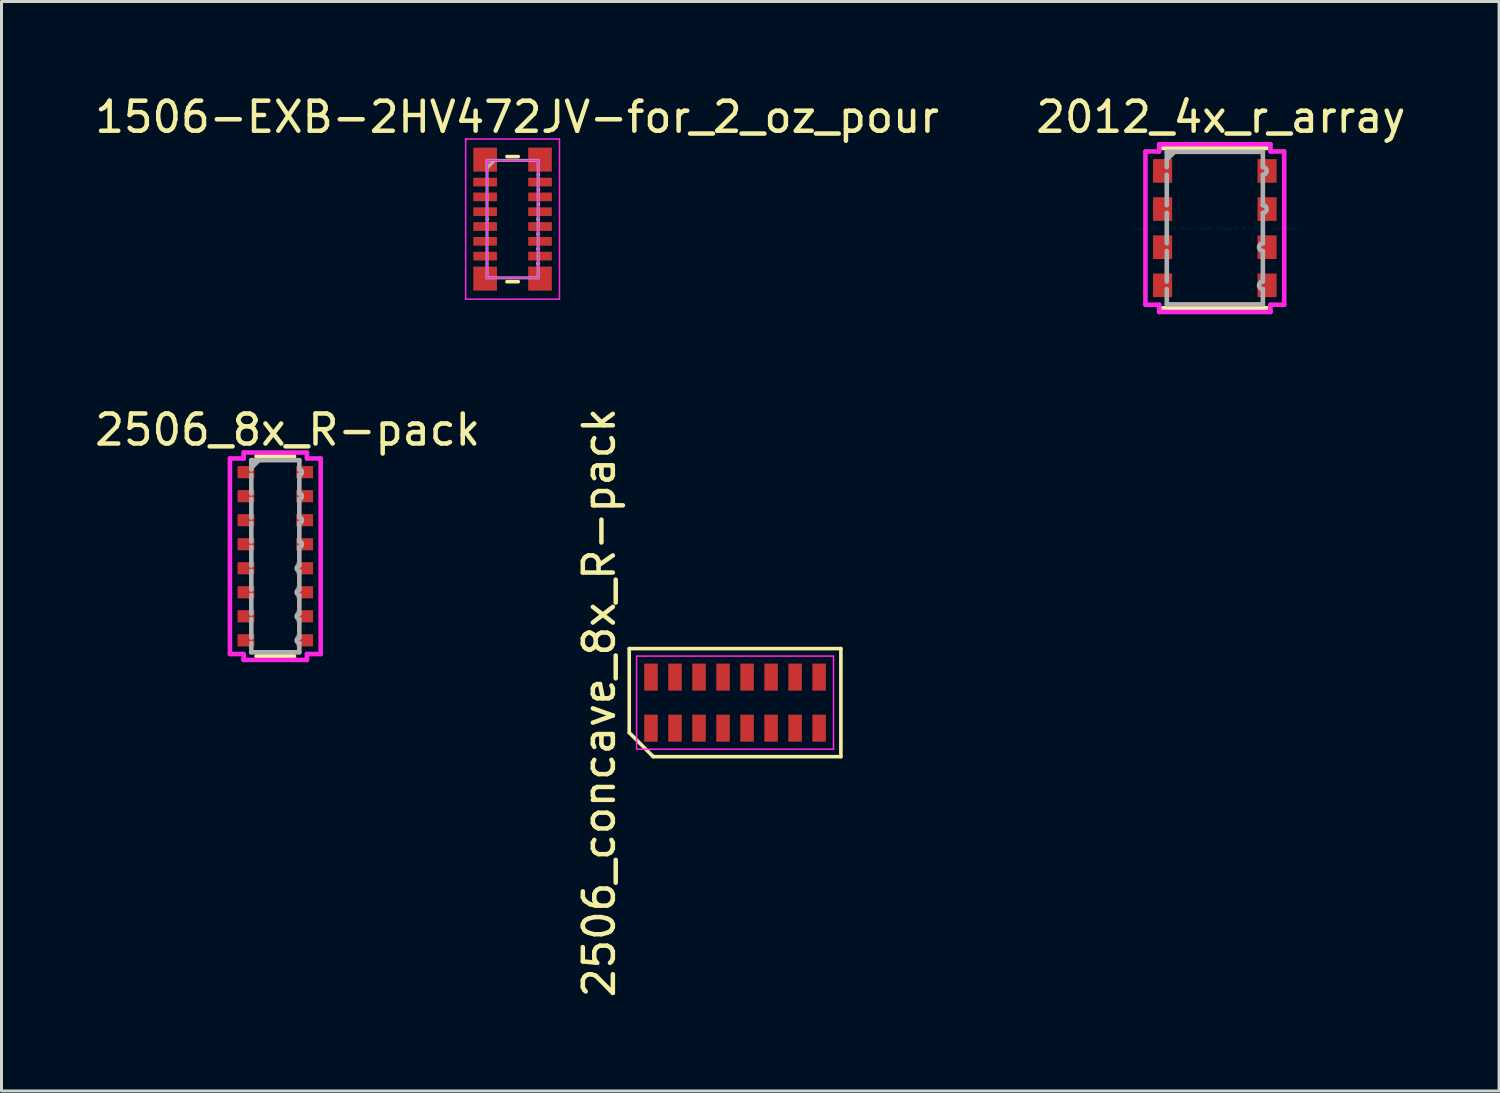
<source format=kicad_pcb>
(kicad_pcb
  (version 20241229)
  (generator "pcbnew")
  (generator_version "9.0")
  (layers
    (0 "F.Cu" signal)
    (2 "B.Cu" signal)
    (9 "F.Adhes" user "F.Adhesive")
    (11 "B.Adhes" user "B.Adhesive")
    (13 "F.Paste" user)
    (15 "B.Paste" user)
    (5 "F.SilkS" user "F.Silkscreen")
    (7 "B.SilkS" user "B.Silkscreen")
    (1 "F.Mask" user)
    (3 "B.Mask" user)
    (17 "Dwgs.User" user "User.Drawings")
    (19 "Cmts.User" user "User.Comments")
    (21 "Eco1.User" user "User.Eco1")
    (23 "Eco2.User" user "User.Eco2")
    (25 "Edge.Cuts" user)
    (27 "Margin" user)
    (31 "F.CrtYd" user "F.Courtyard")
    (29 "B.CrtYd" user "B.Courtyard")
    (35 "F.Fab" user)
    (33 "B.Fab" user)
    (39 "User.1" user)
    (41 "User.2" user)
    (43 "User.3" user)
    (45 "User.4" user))
  (footprint "2506_8x_R-pack"
    (layer "F.Cu")
    (at 6.12 15.477)
    (property "Reference" "2506_8x_R-pack" (at 0.41 -4.21 0) (layer "F.SilkS") (effects (font (size 1 1) (thickness 0.15))))
    (attr through_hole)
    (fp_line (start -0.624 -3.327) (end 0.624 -3.327) (stroke (width 0.152) (type solid)) (layer "F.SilkS"))
    (fp_line (start -0.624 3.327) (end 0.624 3.327) (stroke (width 0.152) (type solid)) (layer "F.SilkS"))
    (fp_line (start -1.511 -3.257) (end -1.054 -3.257) (stroke (width 0.152) (type solid)) (layer "F.CrtYd"))
    (fp_line (start -1.511 3.257) (end -1.511 -3.257) (stroke (width 0.152) (type solid)) (layer "F.CrtYd"))
    (fp_line (start -1.054 -3.454) (end 1.054 -3.454) (stroke (width 0.152) (type solid)) (layer "F.CrtYd"))
    (fp_line (start -1.054 -3.257) (end -1.054 -3.454) (stroke (width 0.152) (type solid)) (layer "F.CrtYd"))
    (fp_line (start -1.054 3.257) (end -1.511 3.257) (stroke (width 0.152) (type solid)) (layer "F.CrtYd"))
    (fp_line (start -1.054 3.454) (end -1.054 3.257) (stroke (width 0.152) (type solid)) (layer "F.CrtYd"))
    (fp_line (start 1.054 -3.454) (end 1.054 -3.257) (stroke (width 0.152) (type solid)) (layer "F.CrtYd"))
    (fp_line (start 1.054 -3.257) (end 1.511 -3.257) (stroke (width 0.152) (type solid)) (layer "F.CrtYd"))
    (fp_line (start 1.054 3.257) (end 1.054 3.454) (stroke (width 0.152) (type solid)) (layer "F.CrtYd"))
    (fp_line (start 1.054 3.454) (end -1.054 3.454) (stroke (width 0.152) (type solid)) (layer "F.CrtYd"))
    (fp_line (start 1.511 -3.257) (end 1.511 3.257) (stroke (width 0.152) (type solid)) (layer "F.CrtYd"))
    (fp_line (start 1.511 3.257) (end 1.054 3.257) (stroke (width 0.152) (type solid)) (layer "F.CrtYd"))
    (fp_line (start -0.8 -3.2) (end 0.8 -3.2) (stroke (width 0.152) (type solid)) (layer "F.Fab"))
    (fp_line (start -0.8 -2.889) (end -0.8 -3.2) (stroke (width 0.152) (type solid)) (layer "F.Fab"))
    (fp_line (start -0.8 -2.711) (end -0.8 -2.089) (stroke (width 0.152) (type solid)) (layer "F.Fab"))
    (fp_line (start -0.8 -1.911) (end -0.8 -1.289) (stroke (width 0.152) (type solid)) (layer "F.Fab"))
    (fp_line (start -0.8 -1.111) (end -0.8 -0.489) (stroke (width 0.152) (type solid)) (layer "F.Fab"))
    (fp_line (start -0.8 -0.311) (end -0.8 0.311) (stroke (width 0.152) (type solid)) (layer "F.Fab"))
    (fp_line (start -0.8 0.489) (end -0.8 1.111) (stroke (width 0.152) (type solid)) (layer "F.Fab"))
    (fp_line (start -0.8 1.289) (end -0.8 1.911) (stroke (width 0.152) (type solid)) (layer "F.Fab"))
    (fp_line (start -0.8 2.089) (end -0.8 2.711) (stroke (width 0.152) (type solid)) (layer "F.Fab"))
    (fp_line (start -0.8 2.889) (end -0.8 3.2) (stroke (width 0.152) (type solid)) (layer "F.Fab"))
    (fp_line (start -0.8 3.2) (end 0.8 3.2) (stroke (width 0.152) (type solid)) (layer "F.Fab"))
    (fp_line (start -0.546 -3.2) (end -0.8 -2.946) (stroke (width 0.152) (type solid)) (layer "F.Fab"))
    (fp_line (start 0.8 -2.889) (end 0.8 -3.2) (stroke (width 0.152) (type solid)) (layer "F.Fab"))
    (fp_line (start 0.8 -2.711) (end 0.8 -2.089) (stroke (width 0.152) (type solid)) (layer "F.Fab"))
    (fp_line (start 0.8 -1.911) (end 0.8 -1.289) (stroke (width 0.152) (type solid)) (layer "F.Fab"))
    (fp_line (start 0.8 -1.111) (end 0.8 -0.489) (stroke (width 0.152) (type solid)) (layer "F.Fab"))
    (fp_line (start 0.8 -0.311) (end 0.8 0.311) (stroke (width 0.152) (type solid)) (layer "F.Fab"))
    (fp_line (start 0.8 0.489) (end 0.8 1.111) (stroke (width 0.152) (type solid)) (layer "F.Fab"))
    (fp_line (start 0.8 1.289) (end 0.8 1.911) (stroke (width 0.152) (type solid)) (layer "F.Fab"))
    (fp_line (start 0.8 2.089) (end 0.8 2.711) (stroke (width 0.152) (type solid)) (layer "F.Fab"))
    (fp_line (start 0.8 2.889) (end 0.8 3.2) (stroke (width 0.152) (type solid)) (layer "F.Fab"))
    (fp_arc (start 0.8001 -2.888899) (mid 0.889 -2.799999) (end 0.8001 -2.711099) (stroke (width 0.1524) (type solid)) (layer "F.Fab"))
    (fp_arc (start 0.8001 -2.088899) (mid 0.889 -1.999999) (end 0.8001 -1.911099) (stroke (width 0.1524) (type solid)) (layer "F.Fab"))
    (fp_arc (start 0.8001 -1.2889) (mid 0.889 -1.2) (end 0.8001 -1.1111) (stroke (width 0.1524) (type solid)) (layer "F.Fab"))
    (fp_arc (start 0.8001 -0.488899) (mid 0.889 -0.399999) (end 0.8001 -0.311099) (stroke (width 0.1524) (type solid)) (layer "F.Fab"))
    (fp_arc (start 0.8001 0.488899) (mid 0.7112 0.399999) (end 0.8001 0.311099) (stroke (width 0.1524) (type solid)) (layer "F.Fab"))
    (fp_arc (start 0.8001 1.2889) (mid 0.7112 1.2) (end 0.8001 1.1111) (stroke (width 0.1524) (type solid)) (layer "F.Fab"))
    (fp_arc (start 0.8001 2.088901) (mid 0.7112 2.000001) (end 0.8001 1.911101) (stroke (width 0.1524) (type solid)) (layer "F.Fab"))
    (fp_arc (start 0.8001 2.888899) (mid 0.7112 2.799999) (end 0.8001 2.711099) (stroke (width 0.1524) (type solid)) (layer "F.Fab"))
    (pad "1" smd rect (at -0.978 -2.8) (size 0.559 0.406) (layers "F.Cu" "F.Mask" "F.Paste"))
    (pad "2" smd rect (at -0.978 -2) (size 0.559 0.406) (layers "F.Cu" "F.Mask" "F.Paste"))
    (pad "3" smd rect (at -0.978 -1.2) (size 0.559 0.406) (layers "F.Cu" "F.Mask" "F.Paste"))
    (pad "4" smd rect (at -0.978 -0.4) (size 0.559 0.406) (layers "F.Cu" "F.Mask" "F.Paste"))
    (pad "5" smd rect (at -0.978 0.4) (size 0.559 0.406) (layers "F.Cu" "F.Mask" "F.Paste"))
    (pad "6" smd rect (at -0.978 1.2) (size 0.559 0.406) (layers "F.Cu" "F.Mask" "F.Paste"))
    (pad "7" smd rect (at -0.978 2) (size 0.559 0.406) (layers "F.Cu" "F.Mask" "F.Paste"))
    (pad "8" smd rect (at -0.978 2.8) (size 0.559 0.406) (layers "F.Cu" "F.Mask" "F.Paste"))
    (pad "9" smd rect (at 0.978 2.8) (size 0.559 0.406) (layers "F.Cu" "F.Mask" "F.Paste"))
    (pad "10" smd rect (at 0.978 2) (size 0.559 0.406) (layers "F.Cu" "F.Mask" "F.Paste"))
    (pad "11" smd rect (at 0.978 1.2) (size 0.559 0.406) (layers "F.Cu" "F.Mask" "F.Paste"))
    (pad "12" smd rect (at 0.978 0.4) (size 0.559 0.406) (layers "F.Cu" "F.Mask" "F.Paste"))
    (pad "13" smd rect (at 0.978 -0.4) (size 0.559 0.406) (layers "F.Cu" "F.Mask" "F.Paste"))
    (pad "14" smd rect (at 0.978 -1.2) (size 0.559 0.406) (layers "F.Cu" "F.Mask" "F.Paste"))
    (pad "15" smd rect (at 0.978 -2) (size 0.559 0.406) (layers "F.Cu" "F.Mask" "F.Paste"))
    (pad "16" smd rect (at 0.978 -2.8) (size 0.559 0.406) (layers "F.Cu" "F.Mask" "F.Paste")))
  (footprint "1506-EXB-2HV472JV-for_2_oz_pour"
    (layer "F.Cu")
    (at 14.023 4.248)
    (property "Reference" "1506-EXB-2HV472JV-for_2_oz_pour" (at 0.15 -3.4 0) (layer "F.SilkS") (effects (font (size 1 1) (thickness 0.15))))
    (attr through_hole)
    (fp_line (start -0.188 -2.083) (end 0.188 -2.083) (stroke (width 0.12) (type solid)) (layer "F.SilkS"))
    (fp_line (start -0.188 2.083) (end 0.188 2.083) (stroke (width 0.12) (type solid)) (layer "F.SilkS"))
    (fp_line (start -1.562 -2.667) (end 1.562 -2.667) (stroke (width 0.05) (type solid)) (layer "F.CrtYd"))
    (fp_line (start -1.562 2.667) (end -1.562 -2.667) (stroke (width 0.05) (type solid)) (layer "F.CrtYd"))
    (fp_line (start -0.851 -1.956) (end 0.851 -1.956) (stroke (width 0.05) (type solid)) (layer "F.CrtYd"))
    (fp_line (start -0.851 1.956) (end -0.851 -1.956) (stroke (width 0.05) (type solid)) (layer "F.CrtYd"))
    (fp_line (start 0.851 -1.956) (end 0.851 1.956) (stroke (width 0.05) (type solid)) (layer "F.CrtYd"))
    (fp_line (start 0.851 1.956) (end -0.851 1.956) (stroke (width 0.05) (type solid)) (layer "F.CrtYd"))
    (fp_line (start 1.562 -2.667) (end 1.562 2.667) (stroke (width 0.05) (type solid)) (layer "F.CrtYd"))
    (fp_line (start 1.562 2.667) (end -1.562 2.667) (stroke (width 0.05) (type solid)) (layer "F.CrtYd"))
    (fp_line (start -0.851 -1.956) (end 0.851 -1.956) (stroke (width 0.1) (type solid)) (layer "F.Fab"))
    (fp_line (start -0.851 -1.499) (end -0.851 -1.956) (stroke (width 0.1) (type solid)) (layer "F.Fab"))
    (fp_line (start -0.851 -1.462) (end -0.851 -1.005) (stroke (width 0.1) (type solid)) (layer "F.Fab"))
    (fp_line (start -0.851 -0.969) (end -0.851 -0.512) (stroke (width 0.1) (type solid)) (layer "F.Fab"))
    (fp_line (start -0.851 -0.475) (end -0.851 -0.018) (stroke (width 0.1) (type solid)) (layer "F.Fab"))
    (fp_line (start -0.851 0.018) (end -0.851 0.475) (stroke (width 0.1) (type solid)) (layer "F.Fab"))
    (fp_line (start -0.851 0.512) (end -0.851 0.969) (stroke (width 0.1) (type solid)) (layer "F.Fab"))
    (fp_line (start -0.851 1.005) (end -0.851 1.463) (stroke (width 0.1) (type solid)) (layer "F.Fab"))
    (fp_line (start -0.851 1.499) (end -0.851 1.956) (stroke (width 0.1) (type solid)) (layer "F.Fab"))
    (fp_line (start -0.851 1.499) (end -0.851 1.499) (stroke (width 0.1) (type solid)) (layer "F.Fab"))
    (fp_line (start -0.851 1.956) (end 0.851 1.956) (stroke (width 0.1) (type solid)) (layer "F.Fab"))
    (fp_line (start -0.597 -1.956) (end -0.851 -1.702) (stroke (width 0.1) (type solid)) (layer "F.Fab"))
    (fp_line (start 0.851 -1.499) (end 0.851 -1.956) (stroke (width 0.1) (type solid)) (layer "F.Fab"))
    (fp_line (start 0.851 -1.462) (end 0.851 -1.005) (stroke (width 0.1) (type solid)) (layer "F.Fab"))
    (fp_line (start 0.851 -0.969) (end 0.851 -0.512) (stroke (width 0.1) (type solid)) (layer "F.Fab"))
    (fp_line (start 0.851 -0.475) (end 0.851 -0.018) (stroke (width 0.1) (type solid)) (layer "F.Fab"))
    (fp_line (start 0.851 0.018) (end 0.851 0.475) (stroke (width 0.1) (type solid)) (layer "F.Fab"))
    (fp_line (start 0.851 0.512) (end 0.851 0.969) (stroke (width 0.1) (type solid)) (layer "F.Fab"))
    (fp_line (start 0.851 1.005) (end 0.851 1.463) (stroke (width 0.1) (type solid)) (layer "F.Fab"))
    (fp_line (start 0.851 1.499) (end 0.851 1.956) (stroke (width 0.1) (type solid)) (layer "F.Fab"))
    (fp_line (start 0.851 1.499) (end 0.851 1.499) (stroke (width 0.1) (type solid)) (layer "F.Fab"))
    (fp_arc (start -0.8509 -0.018288) (mid -0.832485 0.000127) (end -0.8509 0.018542) (stroke (width 0.1) (type solid)) (layer "F.Fab"))
    (fp_arc (start 0.8509 -1.4986) (mid 0.869061 -1.480439) (end 0.8509 -1.462278) (stroke (width 0.1) (type solid)) (layer "F.Fab"))
    (fp_arc (start 0.8509 -1.005078) (mid 0.869061 -0.986917) (end 0.8509 -0.968756) (stroke (width 0.1) (type solid)) (layer "F.Fab"))
    (fp_arc (start 0.8509 -0.511556) (mid 0.869061 -0.493395) (end 0.8509 -0.475234) (stroke (width 0.1) (type solid)) (layer "F.Fab"))
    (fp_arc (start 0.8509 0.018288) (mid 0.832739 0.000127) (end 0.8509 -0.018034) (stroke (width 0.1) (type solid)) (layer "F.Fab"))
    (fp_arc (start 0.8509 0.51181) (mid 0.832739 0.493649) (end 0.8509 0.475488) (stroke (width 0.1) (type solid)) (layer "F.Fab"))
    (fp_arc (start 0.8509 1.005332) (mid 0.832739 0.987171) (end 0.8509 0.96901) (stroke (width 0.1) (type solid)) (layer "F.Fab"))
    (fp_arc (start 0.8509 1.498854) (mid 0.832739 1.480693) (end 0.8509 1.462532) (stroke (width 0.1) (type solid)) (layer "F.Fab"))
    (pad "1" smd rect (at -0.914 -1.981) (size 0.787 0.8) (layers "F.Cu" "F.Mask" "F.Paste"))
    (pad "2" smd rect (at -0.914 -1.234) (size 0.787 0.29) (layers "F.Cu" "F.Mask" "F.Paste"))
    (pad "3" smd rect (at -0.914 -0.74) (size 0.787 0.29) (layers "F.Cu" "F.Mask" "F.Paste"))
    (pad "4" smd rect (at -0.914 -0.247) (size 0.787 0.29) (layers "F.Cu" "F.Mask" "F.Paste"))
    (pad "5" smd rect (at -0.914 0.247) (size 0.787 0.29) (layers "F.Cu" "F.Mask" "F.Paste"))
    (pad "6" smd rect (at -0.914 0.74) (size 0.787 0.29) (layers "F.Cu" "F.Mask" "F.Paste"))
    (pad "7" smd rect (at -0.914 1.234) (size 0.787 0.29) (layers "F.Cu" "F.Mask" "F.Paste"))
    (pad "8" smd rect (at -0.914 1.981) (size 0.787 0.8) (layers "F.Cu" "F.Mask" "F.Paste"))
    (pad "9" smd rect (at 0.914 1.981) (size 0.787 0.8) (layers "F.Cu" "F.Mask" "F.Paste"))
    (pad "10" smd rect (at 0.914 1.234) (size 0.787 0.29) (layers "F.Cu" "F.Mask" "F.Paste"))
    (pad "11" smd rect (at 0.914 0.74) (size 0.787 0.29) (layers "F.Cu" "F.Mask" "F.Paste"))
    (pad "12" smd rect (at 0.914 0.247) (size 0.787 0.29) (layers "F.Cu" "F.Mask" "F.Paste"))
    (pad "13" smd rect (at 0.914 -0.247) (size 0.787 0.29) (layers "F.Cu" "F.Mask" "F.Paste"))
    (pad "14" smd rect (at 0.914 -0.74) (size 0.787 0.29) (layers "F.Cu" "F.Mask" "F.Paste"))
    (pad "15" smd rect (at 0.914 -1.234) (size 0.787 0.29) (layers "F.Cu" "F.Mask" "F.Paste"))
    (pad "16" smd rect (at 0.914 -1.981) (size 0.787 0.8) (layers "F.Cu" "F.Mask" "F.Paste")))
  (footprint "2506_concave_8x_R-pack"
    (layer "F.Cu")
    (at 21.433 20.353)
    (property "Reference" "2506_concave_8x_R-pack" (at -4.525 0 90) (layer "F.SilkS") (effects (font (size 1 1) (thickness 0.15))))
    (attr smd)
    (fp_line (start -3.525 -1.8) (end 3.525 -1.8) (stroke (width 0.12) (type solid)) (layer "F.SilkS"))
    (fp_line (start -3.525 1) (end -3.525 -1.8) (stroke (width 0.12) (type solid)) (layer "F.SilkS"))
    (fp_line (start -2.725 1.8) (end -3.525 1) (stroke (width 0.12) (type solid)) (layer "F.SilkS"))
    (fp_line (start 3.525 -1.8) (end 3.525 1.8) (stroke (width 0.12) (type solid)) (layer "F.SilkS"))
    (fp_line (start 3.525 1.8) (end -2.725 1.8) (stroke (width 0.12) (type solid)) (layer "F.SilkS"))
    (fp_line (start -3.28 -1.55) (end 3.28 -1.55) (stroke (width 0.05) (type solid)) (layer "F.CrtYd"))
    (fp_line (start -3.28 1.55) (end -3.28 -1.55) (stroke (width 0.05) (type solid)) (layer "F.CrtYd"))
    (fp_line (start 3.28 -1.55) (end 3.28 1.55) (stroke (width 0.05) (type solid)) (layer "F.CrtYd"))
    (fp_line (start 3.28 1.55) (end -3.28 1.55) (stroke (width 0.05) (type solid)) (layer "F.CrtYd"))
    (pad "1" smd rect (at -2.8 0.85) (size 0.45 0.9) (layers "F.Cu" "F.Mask" "F.Paste"))
    (pad "2" smd rect (at -2 0.85) (size 0.45 0.9) (layers "F.Cu" "F.Mask" "F.Paste"))
    (pad "3" smd rect (at -1.2 0.85) (size 0.45 0.9) (layers "F.Cu" "F.Mask" "F.Paste"))
    (pad "4" smd rect (at -0.4 0.85) (size 0.45 0.9) (layers "F.Cu" "F.Mask" "F.Paste"))
    (pad "5" smd rect (at 0.4 0.85) (size 0.45 0.9) (layers "F.Cu" "F.Mask" "F.Paste"))
    (pad "6" smd rect (at 1.2 0.85) (size 0.45 0.9) (layers "F.Cu" "F.Mask" "F.Paste"))
    (pad "7" smd rect (at 2 0.85) (size 0.45 0.9) (layers "F.Cu" "F.Mask" "F.Paste"))
    (pad "8" smd rect (at 2.8 0.85) (size 0.45 0.9) (layers "F.Cu" "F.Mask" "F.Paste"))
    (pad "9" smd rect (at 2.8 -0.85) (size 0.45 0.9) (layers "F.Cu" "F.Mask" "F.Paste"))
    (pad "10" smd rect (at 2 -0.85) (size 0.45 0.9) (layers "F.Cu" "F.Mask" "F.Paste"))
    (pad "11" smd rect (at 1.2 -0.85) (size 0.45 0.9) (layers "F.Cu" "F.Mask" "F.Paste"))
    (pad "12" smd rect (at 0.4 -0.85) (size 0.45 0.9) (layers "F.Cu" "F.Mask" "F.Paste"))
    (pad "13" smd rect (at -0.4 -0.85) (size 0.45 0.9) (layers "F.Cu" "F.Mask" "F.Paste"))
    (pad "14" smd rect (at -1.2 -0.85) (size 0.45 0.9) (layers "F.Cu" "F.Mask" "F.Paste"))
    (pad "15" smd rect (at -2 -0.85) (size 0.45 0.9) (layers "F.Cu" "F.Mask" "F.Paste"))
    (pad "16" smd rect (at -2.8 -0.85) (size 0.45 0.9) (layers "F.Cu" "F.Mask" "F.Paste")))
  (footprint "2012_4x_r_array"
    (layer "F.Cu")
    (at 37.413 4.548)
    (property "Reference" "2012_4x_r_array" (at 0.2 -3.7 0) (layer "F.SilkS") (effects (font (size 1 1) (thickness 0.15))))
    (attr through_hole)
    (fp_line (start -1.727 -2.667) (end 1.727 -2.667) (stroke (width 0.152) (type solid)) (layer "F.SilkS"))
    (fp_line (start -1.727 2.667) (end 1.727 2.667) (stroke (width 0.152) (type solid)) (layer "F.SilkS"))
    (fp_line (start -2.311 -2.553) (end -1.854 -2.553) (stroke (width 0.152) (type solid)) (layer "F.CrtYd"))
    (fp_line (start -2.311 2.553) (end -2.311 -2.553) (stroke (width 0.152) (type solid)) (layer "F.CrtYd"))
    (fp_line (start -1.854 -2.794) (end 1.854 -2.794) (stroke (width 0.152) (type solid)) (layer "F.CrtYd"))
    (fp_line (start -1.854 -2.553) (end -1.854 -2.794) (stroke (width 0.152) (type solid)) (layer "F.CrtYd"))
    (fp_line (start -1.854 2.553) (end -2.311 2.553) (stroke (width 0.152) (type solid)) (layer "F.CrtYd"))
    (fp_line (start -1.854 2.794) (end -1.854 2.553) (stroke (width 0.152) (type solid)) (layer "F.CrtYd"))
    (fp_line (start 1.854 -2.794) (end 1.854 -2.553) (stroke (width 0.152) (type solid)) (layer "F.CrtYd"))
    (fp_line (start 1.854 -2.553) (end 2.311 -2.553) (stroke (width 0.152) (type solid)) (layer "F.CrtYd"))
    (fp_line (start 1.854 2.553) (end 1.854 2.794) (stroke (width 0.152) (type solid)) (layer "F.CrtYd"))
    (fp_line (start 1.854 2.794) (end -1.854 2.794) (stroke (width 0.152) (type solid)) (layer "F.CrtYd"))
    (fp_line (start 2.311 -2.553) (end 2.311 2.553) (stroke (width 0.152) (type solid)) (layer "F.CrtYd"))
    (fp_line (start 2.311 2.553) (end 1.854 2.553) (stroke (width 0.152) (type solid)) (layer "F.CrtYd"))
    (fp_line (start -1.6 -2.54) (end 1.6 -2.54) (stroke (width 0.152) (type solid)) (layer "F.Fab"))
    (fp_line (start -1.6 -2.032) (end -1.6 -2.54) (stroke (width 0.152) (type solid)) (layer "F.Fab"))
    (fp_line (start -1.6 -1.778) (end -1.6 -0.762) (stroke (width 0.152) (type solid)) (layer "F.Fab"))
    (fp_line (start -1.6 -0.508) (end -1.6 0.508) (stroke (width 0.152) (type solid)) (layer "F.Fab"))
    (fp_line (start -1.6 0.762) (end -1.6 1.778) (stroke (width 0.152) (type solid)) (layer "F.Fab"))
    (fp_line (start -1.6 2.032) (end -1.6 2.54) (stroke (width 0.152) (type solid)) (layer "F.Fab"))
    (fp_line (start -1.6 2.54) (end 1.6 2.54) (stroke (width 0.152) (type solid)) (layer "F.Fab"))
    (fp_line (start -1.346 -2.54) (end -1.6 -2.286) (stroke (width 0.152) (type solid)) (layer "F.Fab"))
    (fp_line (start 1.6 -2.032) (end 1.6 -2.54) (stroke (width 0.152) (type solid)) (layer "F.Fab"))
    (fp_line (start 1.6 -1.778) (end 1.6 -0.762) (stroke (width 0.152) (type solid)) (layer "F.Fab"))
    (fp_line (start 1.6 -0.508) (end 1.6 0.508) (stroke (width 0.152) (type solid)) (layer "F.Fab"))
    (fp_line (start 1.6 0.762) (end 1.6 1.778) (stroke (width 0.152) (type solid)) (layer "F.Fab"))
    (fp_line (start 1.6 2.032) (end 1.6 2.54) (stroke (width 0.152) (type solid)) (layer "F.Fab"))
    (fp_arc (start 1.6002 -2.032) (mid 1.7272 -1.905) (end 1.6002 -1.778) (stroke (width 0.1524) (type solid)) (layer "F.Fab"))
    (fp_arc (start 1.6002 -0.762) (mid 1.7272 -0.635) (end 1.6002 -0.508) (stroke (width 0.1524) (type solid)) (layer "F.Fab"))
    (fp_arc (start 1.6002 0.762) (mid 1.4732 0.635) (end 1.6002 0.508) (stroke (width 0.1524) (type solid)) (layer "F.Fab"))
    (fp_arc (start 1.6002 2.032) (mid 1.4732 1.905) (end 1.6002 1.778) (stroke (width 0.1524) (type solid)) (layer "F.Fab"))
    (fp_text user "Copyright 2016 Accelerated Designs. All rights reserved." (at 0 0 0) (layer "Cmts.User") (effects (font (size 0.127 0.127) (thickness 0.002))))
    (pad "1" smd rect (at -1.74 -1.905) (size 0.635 0.787) (layers "F.Cu" "F.Mask" "F.Paste"))
    (pad "2" smd rect (at -1.74 -0.635) (size 0.635 0.787) (layers "F.Cu" "F.Mask" "F.Paste"))
    (pad "3" smd rect (at -1.74 0.635) (size 0.635 0.787) (layers "F.Cu" "F.Mask" "F.Paste"))
    (pad "4" smd rect (at -1.74 1.905) (size 0.635 0.787) (layers "F.Cu" "F.Mask" "F.Paste"))
    (pad "5" smd rect (at 1.74 1.905) (size 0.635 0.787) (layers "F.Cu" "F.Mask" "F.Paste"))
    (pad "6" smd rect (at 1.74 0.635) (size 0.635 0.787) (layers "F.Cu" "F.Mask" "F.Paste"))
    (pad "7" smd rect (at 1.74 -0.635) (size 0.635 0.787) (layers "F.Cu" "F.Mask" "F.Paste"))
    (pad "8" smd rect (at 1.74 -1.905) (size 0.635 0.787) (layers "F.Cu" "F.Mask" "F.Paste")))
  (gr_rect
    (start -3 -3)
    (end 46.881 33.288)
    (stroke (width 0.1) (type default))
    (fill no)
    (layer "Edge.Cuts")))
</source>
